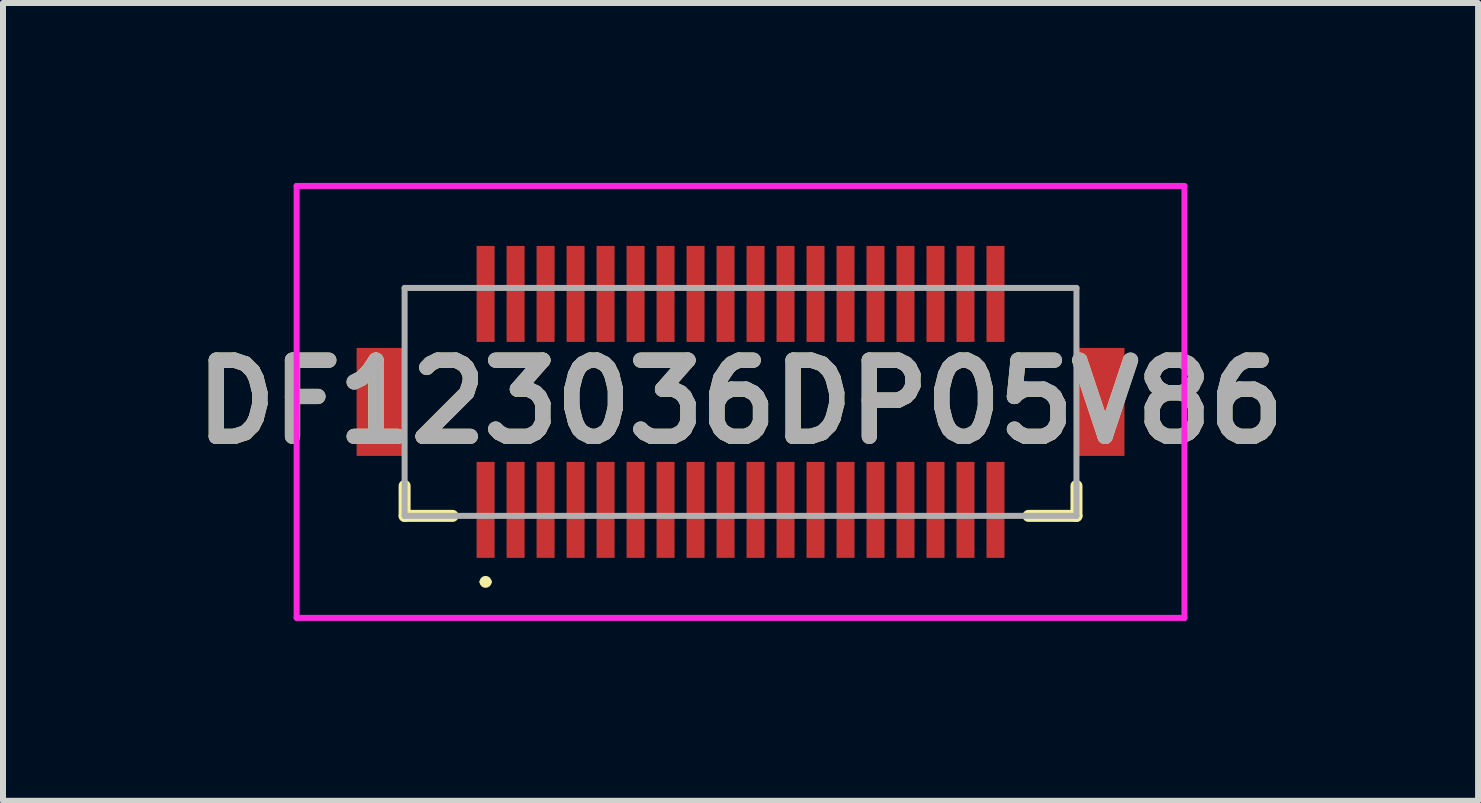
<source format=kicad_pcb>
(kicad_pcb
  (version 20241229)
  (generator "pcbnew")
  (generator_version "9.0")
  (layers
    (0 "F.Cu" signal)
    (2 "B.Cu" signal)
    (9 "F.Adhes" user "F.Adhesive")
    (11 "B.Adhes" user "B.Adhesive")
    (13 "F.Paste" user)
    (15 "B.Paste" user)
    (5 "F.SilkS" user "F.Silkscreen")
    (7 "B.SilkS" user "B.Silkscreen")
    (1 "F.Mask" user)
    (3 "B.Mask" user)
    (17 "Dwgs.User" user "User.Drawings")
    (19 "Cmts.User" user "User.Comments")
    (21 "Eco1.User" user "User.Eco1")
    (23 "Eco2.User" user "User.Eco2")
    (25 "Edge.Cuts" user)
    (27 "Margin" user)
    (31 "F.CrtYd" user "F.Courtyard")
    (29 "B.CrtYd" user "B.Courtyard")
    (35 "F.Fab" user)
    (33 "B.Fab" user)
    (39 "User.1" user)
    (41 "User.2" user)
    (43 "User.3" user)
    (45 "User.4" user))
  (footprint "DF123036DP05V86"
    (layer "F.Cu")
    (at 9.295 3.65)
    (property "Reference" "DF123036DP05V86" (at 0 0 0) (layer "F.SilkS") (effects (font (size 1.27 1.27) (thickness 0.254))))
    (attr through_hole)
    (fp_line (start -5.6 1.4) (end -5.6 1.9) (stroke (width 0.2) (type solid)) (layer "F.SilkS"))
    (fp_line (start -5.6 1.9) (end -4.8 1.9) (stroke (width 0.2) (type solid)) (layer "F.SilkS"))
    (fp_line (start -4.3 3) (end -4.3 3) (stroke (width 0.1) (type solid)) (layer "F.SilkS"))
    (fp_line (start -4.2 3) (end -4.2 3) (stroke (width 0.1) (type solid)) (layer "F.SilkS"))
    (fp_line (start 5.6 1.4) (end 5.6 1.9) (stroke (width 0.2) (type solid)) (layer "F.SilkS"))
    (fp_line (start 5.6 1.9) (end 4.8 1.9) (stroke (width 0.2) (type solid)) (layer "F.SilkS"))
    (fp_arc (start -4.3 3) (mid -4.25 2.95) (end -4.2 3) (stroke (width 0.1) (type solid)) (layer "F.SilkS"))
    (fp_arc (start -4.2 3) (mid -4.25 3.05) (end -4.3 3) (stroke (width 0.1) (type solid)) (layer "F.SilkS"))
    (fp_line (start -7.4 -3.6) (end 7.4 -3.6) (stroke (width 0.1) (type solid)) (layer "F.CrtYd"))
    (fp_line (start -7.4 3.6) (end -7.4 -3.6) (stroke (width 0.1) (type solid)) (layer "F.CrtYd"))
    (fp_line (start 7.4 -3.6) (end 7.4 3.6) (stroke (width 0.1) (type solid)) (layer "F.CrtYd"))
    (fp_line (start 7.4 3.6) (end -7.4 3.6) (stroke (width 0.1) (type solid)) (layer "F.CrtYd"))
    (fp_line (start -5.6 -1.9) (end 5.6 -1.9) (stroke (width 0.1) (type solid)) (layer "F.Fab"))
    (fp_line (start -5.6 1.9) (end -5.6 -1.9) (stroke (width 0.1) (type solid)) (layer "F.Fab"))
    (fp_line (start 5.6 -1.9) (end 5.6 1.9) (stroke (width 0.1) (type solid)) (layer "F.Fab"))
    (fp_line (start 5.6 1.9) (end -5.6 1.9) (stroke (width 0.1) (type solid)) (layer "F.Fab"))
    (fp_text user "${REFERENCE}" (at 0 0 0) (layer "F.Fab") (effects (font (size 1.27 1.27) (thickness 0.254))))
    (pad "" np_thru_hole circle (at -5.3 -1.5) (size 0.001 0.001) (drill 0.6) (layers "*.Cu" "*.Mask"))
    (pad "" np_thru_hole circle (at 5.3 -1.5) (size 0.001 0.001) (drill 0.6) (layers "*.Cu" "*.Mask"))
    (pad "1" smd rect (at -4.25 1.8) (size 0.3 1.6) (layers "F.Cu" "F.Mask" "F.Paste"))
    (pad "2" smd rect (at -4.25 -1.8) (size 0.3 1.6) (layers "F.Cu" "F.Mask" "F.Paste"))
    (pad "3" smd rect (at -3.75 1.8) (size 0.3 1.6) (layers "F.Cu" "F.Mask" "F.Paste"))
    (pad "4" smd rect (at -3.75 -1.8) (size 0.3 1.6) (layers "F.Cu" "F.Mask" "F.Paste"))
    (pad "5" smd rect (at -3.25 1.8) (size 0.3 1.6) (layers "F.Cu" "F.Mask" "F.Paste"))
    (pad "6" smd rect (at -3.25 -1.8) (size 0.3 1.6) (layers "F.Cu" "F.Mask" "F.Paste"))
    (pad "7" smd rect (at -2.75 1.8) (size 0.3 1.6) (layers "F.Cu" "F.Mask" "F.Paste"))
    (pad "8" smd rect (at -2.75 -1.8) (size 0.3 1.6) (layers "F.Cu" "F.Mask" "F.Paste"))
    (pad "9" smd rect (at -2.25 1.8) (size 0.3 1.6) (layers "F.Cu" "F.Mask" "F.Paste"))
    (pad "10" smd rect (at -2.25 -1.8) (size 0.3 1.6) (layers "F.Cu" "F.Mask" "F.Paste"))
    (pad "11" smd rect (at -1.75 1.8) (size 0.3 1.6) (layers "F.Cu" "F.Mask" "F.Paste"))
    (pad "12" smd rect (at -1.75 -1.8) (size 0.3 1.6) (layers "F.Cu" "F.Mask" "F.Paste"))
    (pad "13" smd rect (at -1.25 1.8) (size 0.3 1.6) (layers "F.Cu" "F.Mask" "F.Paste"))
    (pad "14" smd rect (at -1.25 -1.8) (size 0.3 1.6) (layers "F.Cu" "F.Mask" "F.Paste"))
    (pad "15" smd rect (at -0.75 1.8) (size 0.3 1.6) (layers "F.Cu" "F.Mask" "F.Paste"))
    (pad "16" smd rect (at -0.75 -1.8) (size 0.3 1.6) (layers "F.Cu" "F.Mask" "F.Paste"))
    (pad "17" smd rect (at -0.25 1.8) (size 0.3 1.6) (layers "F.Cu" "F.Mask" "F.Paste"))
    (pad "18" smd rect (at -0.25 -1.8) (size 0.3 1.6) (layers "F.Cu" "F.Mask" "F.Paste"))
    (pad "19" smd rect (at 0.25 1.8) (size 0.3 1.6) (layers "F.Cu" "F.Mask" "F.Paste"))
    (pad "20" smd rect (at 0.25 -1.8) (size 0.3 1.6) (layers "F.Cu" "F.Mask" "F.Paste"))
    (pad "21" smd rect (at 0.75 1.8) (size 0.3 1.6) (layers "F.Cu" "F.Mask" "F.Paste"))
    (pad "22" smd rect (at 0.75 -1.8) (size 0.3 1.6) (layers "F.Cu" "F.Mask" "F.Paste"))
    (pad "23" smd rect (at 1.25 1.8) (size 0.3 1.6) (layers "F.Cu" "F.Mask" "F.Paste"))
    (pad "24" smd rect (at 1.25 -1.8) (size 0.3 1.6) (layers "F.Cu" "F.Mask" "F.Paste"))
    (pad "25" smd rect (at 1.75 1.8) (size 0.3 1.6) (layers "F.Cu" "F.Mask" "F.Paste"))
    (pad "26" smd rect (at 1.75 -1.8) (size 0.3 1.6) (layers "F.Cu" "F.Mask" "F.Paste"))
    (pad "27" smd rect (at 2.25 1.8) (size 0.3 1.6) (layers "F.Cu" "F.Mask" "F.Paste"))
    (pad "28" smd rect (at 2.25 -1.8) (size 0.3 1.6) (layers "F.Cu" "F.Mask" "F.Paste"))
    (pad "29" smd rect (at 2.75 1.8) (size 0.3 1.6) (layers "F.Cu" "F.Mask" "F.Paste"))
    (pad "30" smd rect (at 2.75 -1.8) (size 0.3 1.6) (layers "F.Cu" "F.Mask" "F.Paste"))
    (pad "31" smd rect (at 3.25 1.8) (size 0.3 1.6) (layers "F.Cu" "F.Mask" "F.Paste"))
    (pad "32" smd rect (at 3.25 -1.8) (size 0.3 1.6) (layers "F.Cu" "F.Mask" "F.Paste"))
    (pad "33" smd rect (at 3.75 1.8) (size 0.3 1.6) (layers "F.Cu" "F.Mask" "F.Paste"))
    (pad "34" smd rect (at 3.75 -1.8) (size 0.3 1.6) (layers "F.Cu" "F.Mask" "F.Paste"))
    (pad "35" smd rect (at 4.25 1.8) (size 0.3 1.6) (layers "F.Cu" "F.Mask" "F.Paste"))
    (pad "36" smd rect (at 4.25 -1.8) (size 0.3 1.6) (layers "F.Cu" "F.Mask" "F.Paste"))
    (pad "MP1" smd rect (at -6 0) (size 0.8 1.8) (layers "F.Cu" "F.Mask" "F.Paste"))
    (pad "MP2" smd rect (at 6 0) (size 0.8 1.8) (layers "F.Cu" "F.Mask" "F.Paste")))
  (gr_rect
    (start -3 -3)
    (end 21.59 10.3)
    (stroke (width 0.1) (type default))
    (fill no)
    (layer "Edge.Cuts")))
</source>
